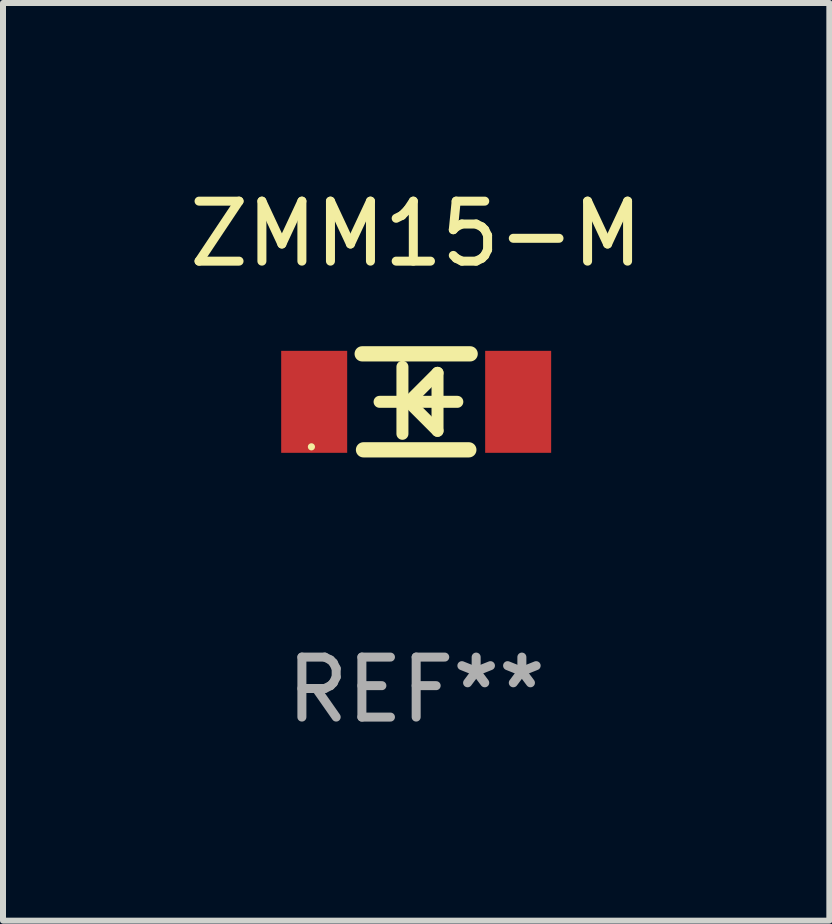
<source format=kicad_pcb>
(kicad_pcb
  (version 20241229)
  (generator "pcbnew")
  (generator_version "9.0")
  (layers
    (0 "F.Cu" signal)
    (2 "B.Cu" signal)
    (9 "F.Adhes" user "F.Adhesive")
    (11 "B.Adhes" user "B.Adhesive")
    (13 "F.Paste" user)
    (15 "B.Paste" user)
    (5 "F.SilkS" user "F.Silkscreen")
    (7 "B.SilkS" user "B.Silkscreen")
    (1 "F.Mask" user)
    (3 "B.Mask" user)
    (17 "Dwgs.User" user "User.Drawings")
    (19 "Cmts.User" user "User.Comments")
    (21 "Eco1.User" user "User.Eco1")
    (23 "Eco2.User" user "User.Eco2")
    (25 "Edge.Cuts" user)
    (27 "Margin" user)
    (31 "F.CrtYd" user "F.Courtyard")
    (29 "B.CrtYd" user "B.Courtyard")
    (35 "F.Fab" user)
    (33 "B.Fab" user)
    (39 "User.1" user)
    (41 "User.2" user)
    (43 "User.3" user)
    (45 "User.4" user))
  (footprint "ZMM15-M"
    (layer "F.Cu")
    (at 3.887 3.648)
    (property "Reference" "ZMM15-M" (at 0 -2.8 0) (layer "F.SilkS") (effects (font (size 1 1) (thickness 0.15))))
    (attr through_hole)
    (fp_line (start -0.9 -0.8) (end 0.9 -0.8) (stroke (width 0.254) (type solid)) (layer "F.SilkS"))
    (fp_line (start -0.878 0.8) (end 0.878 0.8) (stroke (width 0.254) (type solid)) (layer "F.SilkS"))
    (fp_line (start -0.61 0) (end 0.686 0) (stroke (width 0.2) (type solid)) (layer "F.SilkS"))
    (fp_line (start -0.229 -0.584) (end -0.229 0.533) (stroke (width 0.2) (type solid)) (layer "F.SilkS"))
    (fp_line (start -0.127 0) (end 0.356 -0.483) (stroke (width 0.2) (type solid)) (layer "F.SilkS"))
    (fp_line (start 0.356 -0.483) (end 0.356 0.483) (stroke (width 0.2) (type solid)) (layer "F.SilkS"))
    (fp_line (start 0.356 0.483) (end -0.102 0.025) (stroke (width 0.2) (type solid)) (layer "F.SilkS"))
    (fp_circle (center -1.746 0.75) (end -1.716 0.75) (stroke (width 0.06) (type solid)) (fill no) (layer "F.SilkS"))
    (fp_text user "REF**" (at 0 4.8 0) (layer "F.Fab") (effects (font (size 1 1) (thickness 0.15))))
    (pad "1" smd rect (at -1.7 0 180) (size 1.1 1.7) (layers "F.Cu" "F.Mask" "F.Paste"))
    (pad "2" smd rect (at 1.7 0 180) (size 1.1 1.7) (layers "F.Cu" "F.Mask" "F.Paste")))
  (gr_rect
    (start -3 -3)
    (end 10.774 12.296)
    (stroke (width 0.1) (type default))
    (fill no)
    (layer "Edge.Cuts")))
</source>
